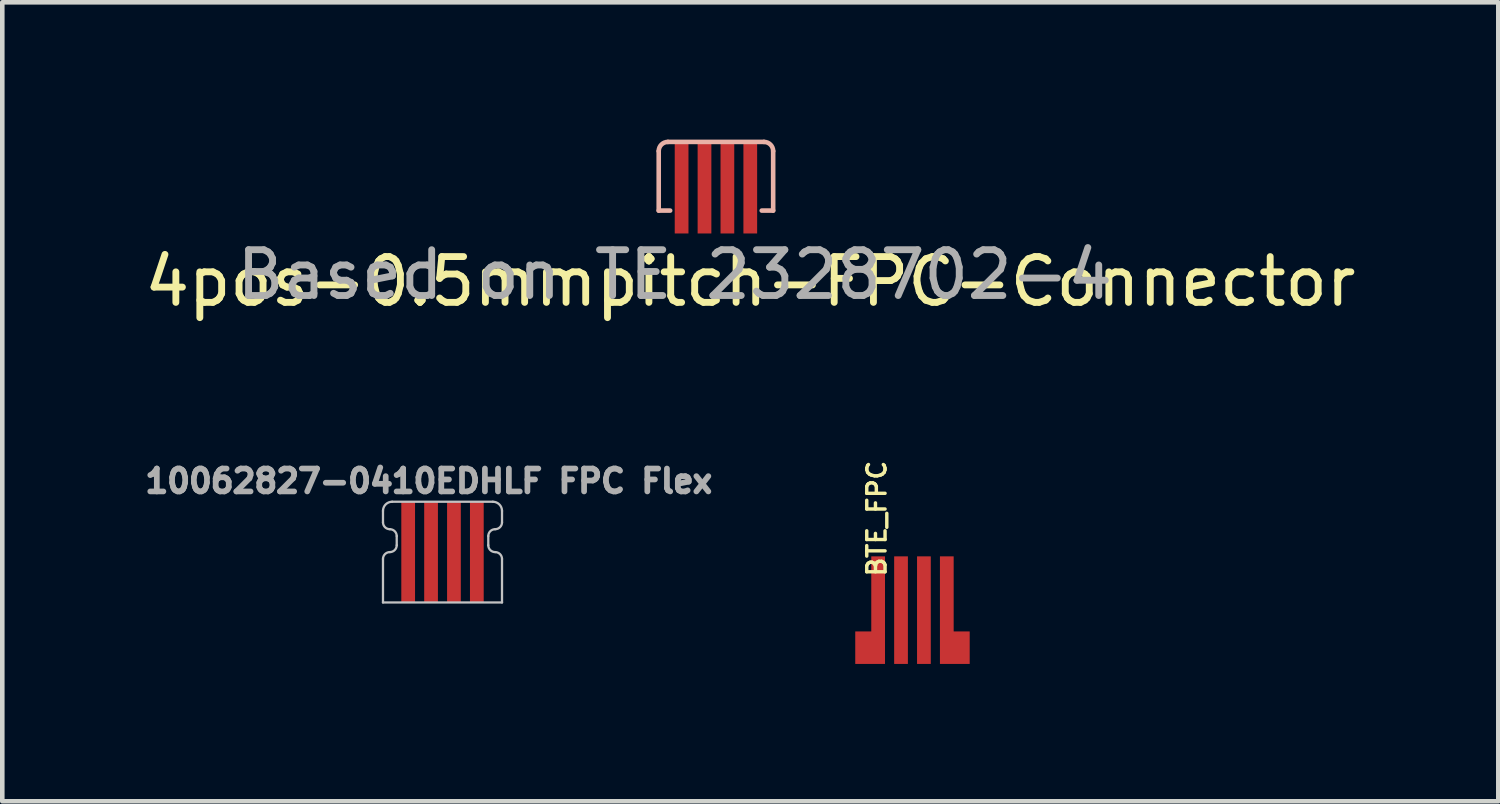
<source format=kicad_pcb>
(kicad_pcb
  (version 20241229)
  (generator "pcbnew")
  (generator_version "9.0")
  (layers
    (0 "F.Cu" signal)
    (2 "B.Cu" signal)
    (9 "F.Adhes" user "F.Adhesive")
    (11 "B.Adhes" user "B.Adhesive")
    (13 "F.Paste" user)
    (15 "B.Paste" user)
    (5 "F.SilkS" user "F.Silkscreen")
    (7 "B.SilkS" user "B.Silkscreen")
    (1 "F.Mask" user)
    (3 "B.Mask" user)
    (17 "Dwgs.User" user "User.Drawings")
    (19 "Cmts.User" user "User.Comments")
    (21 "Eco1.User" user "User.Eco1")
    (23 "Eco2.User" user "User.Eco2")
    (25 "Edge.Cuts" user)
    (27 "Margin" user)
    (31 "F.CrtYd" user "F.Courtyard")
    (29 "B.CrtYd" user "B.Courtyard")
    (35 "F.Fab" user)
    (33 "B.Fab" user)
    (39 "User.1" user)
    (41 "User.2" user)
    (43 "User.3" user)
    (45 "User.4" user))
  (footprint "10062827-0410EDHLF FPC Flex"
    (layer "F.Cu")
    (at 5.316 7.91)
    (property "Reference" "10062827-0410EDHLF FPC Flex" (at 1 -0.45 0) (layer "F.Fab") (effects (font (size 0.5 0.5) (thickness 0.125))))
    (attr through_hole)
    (fp_line (start 0 0.45) (end 0 0.2) (stroke (width 0.05) (type solid)) (layer "Dwgs.User"))
    (fp_line (start 0 1.25) (end 0 2.2) (stroke (width 0.05) (type solid)) (layer "Dwgs.User"))
    (fp_line (start 0.2 0) (end 2.4 0) (stroke (width 0.05) (type solid)) (layer "Dwgs.User"))
    (fp_line (start 0.3 0.75) (end 0.3 0.95) (stroke (width 0.05) (type solid)) (layer "Dwgs.User"))
    (fp_line (start 2.3 0.75) (end 2.3 0.95) (stroke (width 0.05) (type solid)) (layer "Dwgs.User"))
    (fp_line (start 2.6 0.2) (end 2.6 0.45) (stroke (width 0.05) (type solid)) (layer "Dwgs.User"))
    (fp_line (start 2.6 1.25) (end 2.6 2.2) (stroke (width 0.05) (type solid)) (layer "Dwgs.User"))
    (fp_line (start 2.6 2.2) (end 0 2.2) (stroke (width 0.05) (type solid)) (layer "Dwgs.User"))
    (fp_arc (start 0 0.2) (mid 0.058579 0.058579) (end 0.2 0) (stroke (width 0.05) (type solid)) (layer "Dwgs.User"))
    (fp_arc (start 0 1.25) (mid 0.043934 1.143934) (end 0.15 1.1) (stroke (width 0.05) (type solid)) (layer "Dwgs.User"))
    (fp_arc (start 0.15 0.6) (mid 0.043934 0.556066) (end 0 0.45) (stroke (width 0.05) (type solid)) (layer "Dwgs.User"))
    (fp_arc (start 0.15 0.6) (mid 0.256066 0.643934) (end 0.3 0.75) (stroke (width 0.05) (type solid)) (layer "Dwgs.User"))
    (fp_arc (start 0.3 0.95) (mid 0.256066 1.056066) (end 0.15 1.1) (stroke (width 0.05) (type solid)) (layer "Dwgs.User"))
    (fp_arc (start 2.3 0.75) (mid 2.343934 0.643934) (end 2.45 0.6) (stroke (width 0.05) (type solid)) (layer "Dwgs.User"))
    (fp_arc (start 2.4 0) (mid 2.541421 0.058579) (end 2.6 0.2) (stroke (width 0.05) (type solid)) (layer "Dwgs.User"))
    (fp_arc (start 2.45 1.1) (mid 2.343934 1.056066) (end 2.3 0.95) (stroke (width 0.05) (type solid)) (layer "Dwgs.User"))
    (fp_arc (start 2.45 1.1) (mid 2.556066 1.143934) (end 2.6 1.25) (stroke (width 0.05) (type solid)) (layer "Dwgs.User"))
    (fp_arc (start 2.6 0.45) (mid 2.556066 0.556066) (end 2.45 0.6) (stroke (width 0.05) (type solid)) (layer "Dwgs.User"))
    (pad "1" smd rect (at 2.05 1.1) (size 0.3 2.2) (layers "F.Cu" "F.Mask"))
    (pad "2" smd rect (at 1.55 1.1) (size 0.3 2.2) (layers "F.Cu" "F.Mask"))
    (pad "3" smd rect (at 1.05 1.1) (size 0.3 2.2) (layers "F.Cu" "F.Mask"))
    (pad "4" smd rect (at 0.55 1.1) (size 0.3 2.2) (layers "F.Cu" "F.Mask")))
  (footprint "BTE_FPC"
    (layer "F.Cu")
    (at 16.882 10.278)
    (property "Reference" "BTE_FPC" (at -0.78 -2 270) (layer "F.SilkS") (effects (font (size 0.4 0.4) (thickness 0.075))))
    (attr through_hole)
    (pad "1" smd custom (at -0.75 0) (size 0.3 2.35) (layers "F.Cu" "F.Mask") (options (anchor rect)) (primitives (gr_poly (pts (xy -0.15 1.175) (xy -0.15 0.465) (xy -0.5 0.465) (xy -0.5 1.175)) (width 0) (fill yes))))
    (pad "2" smd rect (at -0.25 0) (size 0.3 2.35) (layers "F.Cu" "F.Mask"))
    (pad "3" smd rect (at 0.25 0) (size 0.3 2.35) (layers "F.Cu" "F.Mask"))
    (pad "4" smd custom (at 0.75 0) (size 0.3 2.35) (layers "F.Cu" "F.Mask") (options (anchor rect)) (primitives (gr_poly (pts (xy 0.15 1.175) (xy 0.15 0.465) (xy 0.5 0.465) (xy 0.5 1.175)) (width 0) (fill yes)))))
  (footprint "4pos-0.5mmpitch-FPC-Connector"
    (layer "F.Cu")
    (at 12.589 0.8)
    (property "Reference" "4pos-0.5mmpitch-FPC-Connector" (at 0.75 2.3 0) (layer "F.SilkS") (effects (font (size 1 1) (thickness 0.15))))
    (attr through_hole)
    (fp_line (start -1.25 0.75) (end -1.25 -0.55) (stroke (width 0.1) (type solid)) (layer "B.SilkS"))
    (fp_line (start -1.25 0.75) (end -1 0.75) (stroke (width 0.1) (type solid)) (layer "B.SilkS"))
    (fp_line (start 1.05 -0.75) (end -1.05 -0.75) (stroke (width 0.1) (type solid)) (layer "B.SilkS"))
    (fp_line (start 1.25 0.75) (end 1 0.75) (stroke (width 0.1) (type solid)) (layer "B.SilkS"))
    (fp_line (start 1.25 0.75) (end 1.25 -0.55) (stroke (width 0.1) (type solid)) (layer "B.SilkS"))
    (fp_arc (start -1.25 -0.55) (mid -1.191421 -0.691421) (end -1.05 -0.75) (stroke (width 0.1) (type solid)) (layer "B.SilkS"))
    (fp_arc (start 1.05 -0.75) (mid 1.191421 -0.691421) (end 1.25 -0.55) (stroke (width 0.1) (type solid)) (layer "B.SilkS"))
    (fp_text user "Based on TE 2328702-4" (at -0.9 2.15 0) (layer "F.Fab") (effects (font (size 1 1) (thickness 0.15))))
    (pad "1" smd rect (at 0.75 0) (size 0.3 2) (drill (offset 0 0.25)) (layers "F.Cu"))
    (pad "2" smd rect (at 0.25 0) (size 0.3 2) (drill (offset 0 0.25)) (layers "F.Cu"))
    (pad "3" smd rect (at -0.25 0) (size 0.3 2) (drill (offset 0 0.25)) (layers "F.Cu"))
    (pad "4" smd rect (at -0.75 0) (size 0.3 2) (drill (offset 0 0.25)) (layers "F.Cu")))
  (gr_rect
    (start -3 -3)
    (end 29.679 14.453)
    (stroke (width 0.1) (type default))
    (fill no)
    (layer "Edge.Cuts")))
</source>
